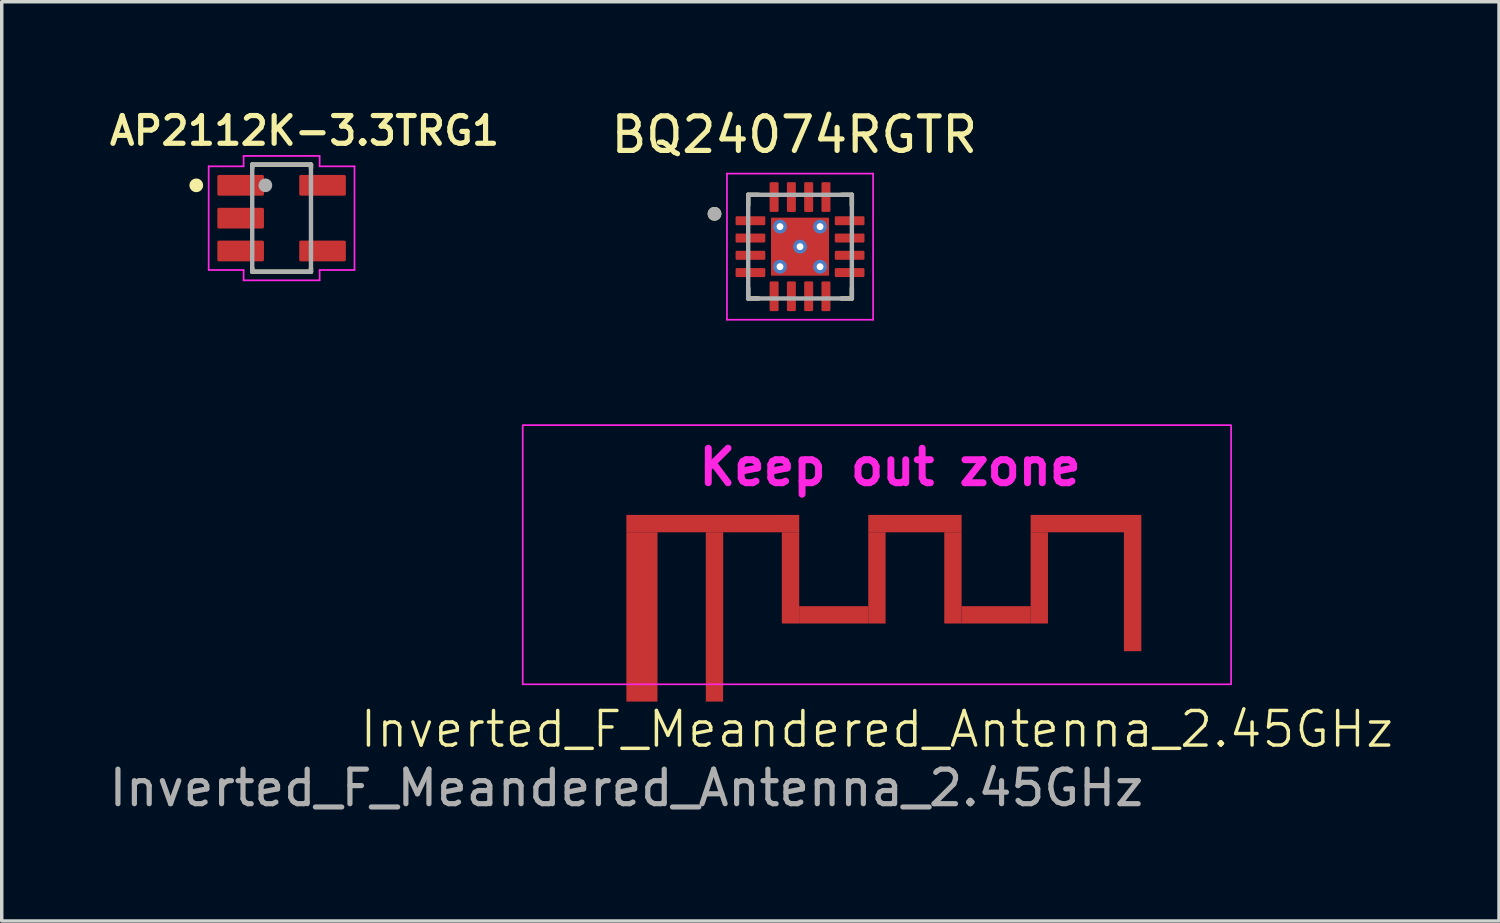
<source format=kicad_pcb>
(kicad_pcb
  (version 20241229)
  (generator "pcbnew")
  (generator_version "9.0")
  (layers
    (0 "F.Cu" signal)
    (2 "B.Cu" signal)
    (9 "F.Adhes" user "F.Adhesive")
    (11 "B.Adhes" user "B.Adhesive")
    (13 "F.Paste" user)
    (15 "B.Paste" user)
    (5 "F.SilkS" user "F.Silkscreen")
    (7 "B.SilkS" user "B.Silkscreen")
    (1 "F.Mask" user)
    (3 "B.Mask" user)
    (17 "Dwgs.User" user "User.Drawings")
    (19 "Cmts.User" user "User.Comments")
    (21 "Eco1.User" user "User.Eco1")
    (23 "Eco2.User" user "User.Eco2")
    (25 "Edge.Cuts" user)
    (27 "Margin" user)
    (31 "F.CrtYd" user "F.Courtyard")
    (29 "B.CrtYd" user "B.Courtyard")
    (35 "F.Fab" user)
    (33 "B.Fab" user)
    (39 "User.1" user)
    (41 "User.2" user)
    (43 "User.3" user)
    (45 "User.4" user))
  (footprint "Inverted_F_Meandered_Antenna_2.45GHz"
    (layer "F.Cu")
    (at 15.077 17.253)
    (property "Reference" "Inverted_F_Meandered_Antenna_2.45GHz" (at 7.25 0.8 0) (unlocked yes) (layer "F.SilkS") (effects (font (size 1 1) (thickness 0.1))))
    (attr smd)
    (fp_rect (start 0 -4.9) (end 5 -5.4) (stroke (width 0.002) (type solid)) (fill yes) (layer "F.Cu"))
    (fp_rect (start 0 -0.5) (end 0.9 -4.9) (stroke (width 0.002) (type solid)) (fill yes) (layer "F.Cu"))
    (fp_rect (start 2.3 -0.5) (end 2.8 -4.9) (stroke (width 0.002) (type solid)) (fill yes) (layer "F.Cu"))
    (fp_rect (start 4.5 -4.9) (end 5 -2.26) (stroke (width 0.002) (type solid)) (fill yes) (layer "F.Cu"))
    (fp_rect (start 5 -2.26) (end 7 -2.76) (stroke (width 0.002) (type solid)) (fill yes) (layer "F.Cu"))
    (fp_rect (start 7 -4.9) (end 9.7 -5.4) (stroke (width 0.002) (type solid)) (fill yes) (layer "F.Cu"))
    (fp_rect (start 7 -2.26) (end 7.5 -4.9) (stroke (width 0.002) (type solid)) (fill yes) (layer "F.Cu"))
    (fp_rect (start 9.7 -4.9) (end 9.2 -2.26) (stroke (width 0.002) (type solid)) (fill yes) (layer "F.Cu"))
    (fp_rect (start 9.7 -2.26) (end 11.7 -2.76) (stroke (width 0.002) (type solid)) (fill yes) (layer "F.Cu"))
    (fp_rect (start 11.7 -4.9) (end 14.4 -5.4) (stroke (width 0.002) (type solid)) (fill yes) (layer "F.Cu"))
    (fp_rect (start 11.7 -2.26) (end 12.2 -4.9) (stroke (width 0.002) (type solid)) (fill yes) (layer "F.Cu"))
    (fp_rect (start 14.4 -5.4) (end 14.9 -1.46) (stroke (width 0.002) (type solid)) (fill yes) (layer "F.Cu"))
    (fp_rect (start -3 -8) (end 17.5 -0.5) (stroke (width 0.05) (type default)) (fill no) (layer "F.CrtYd"))
    (fp_text user "Keep out zone" (at 2 -6.2 0) (unlocked yes) (layer "F.CrtYd") (effects (font (size 1 1) (thickness 0.2) (bold yes)) (justify left bottom)))
    (fp_text user "${REFERENCE}" (at 0 2.5 0) (unlocked yes) (layer "F.Fab") (effects (font (size 1 1) (thickness 0.15))))
    (pad "1" smd rect (at 2.55 -0.25) (size 0.5 0.5) (layers "F.Cu" "F.Mask" "F.Paste"))
    (pad "2" smd rect (at 0.45 -0.25) (size 0.9 0.5) (layers "F.Cu" "F.Mask" "F.Paste")))
  (footprint "BQ24074RGTR"
    (layer "F.Cu")
    (at 20.102 4.088)
    (property "Reference" "BQ24074RGTR" (at -0.165 -3.24 0) (layer "F.SilkS") (effects (font (size 1 1) (thickness 0.15))))
    (attr smd)
    (fp_line (start -1.5 -1.5) (end -1.5 -1.2) (stroke (width 0.127) (type solid)) (layer "F.SilkS"))
    (fp_line (start -1.5 -1.5) (end -1.2 -1.5) (stroke (width 0.127) (type solid)) (layer "F.SilkS"))
    (fp_line (start -1.5 1.5) (end -1.5 1.2) (stroke (width 0.127) (type solid)) (layer "F.SilkS"))
    (fp_line (start -1.5 1.5) (end -1.2 1.5) (stroke (width 0.127) (type solid)) (layer "F.SilkS"))
    (fp_line (start 1.5 -1.5) (end 1.2 -1.5) (stroke (width 0.127) (type solid)) (layer "F.SilkS"))
    (fp_line (start 1.5 -1.5) (end 1.5 -1.2) (stroke (width 0.127) (type solid)) (layer "F.SilkS"))
    (fp_line (start 1.5 1.5) (end 1.2 1.5) (stroke (width 0.127) (type solid)) (layer "F.SilkS"))
    (fp_line (start 1.5 1.5) (end 1.5 1.2) (stroke (width 0.127) (type solid)) (layer "F.SilkS"))
    (fp_circle (center -2.475 -0.95) (end -2.375 -0.95) (stroke (width 0.2) (type solid)) (fill no) (layer "F.SilkS"))
    (fp_poly (pts (xy -0.53 -0.53) (xy 0.53 -0.53) (xy 0.53 0.53) (xy -0.53 0.53)) (stroke (width 0.01) (type solid)) (fill yes) (layer "F.Paste"))
    (fp_line (start -2.115 -2.115) (end 2.115 -2.115) (stroke (width 0.05) (type solid)) (layer "F.CrtYd"))
    (fp_line (start -2.115 2.115) (end -2.115 -2.115) (stroke (width 0.05) (type solid)) (layer "F.CrtYd"))
    (fp_line (start -2.115 2.115) (end 2.115 2.115) (stroke (width 0.05) (type solid)) (layer "F.CrtYd"))
    (fp_line (start 2.115 2.115) (end 2.115 -2.115) (stroke (width 0.05) (type solid)) (layer "F.CrtYd"))
    (fp_line (start -1.5 1.5) (end -1.5 -1.5) (stroke (width 0.127) (type solid)) (layer "F.Fab"))
    (fp_line (start 1.5 -1.5) (end -1.5 -1.5) (stroke (width 0.127) (type solid)) (layer "F.Fab"))
    (fp_line (start 1.5 1.5) (end -1.5 1.5) (stroke (width 0.127) (type solid)) (layer "F.Fab"))
    (fp_line (start 1.5 1.5) (end 1.5 -1.5) (stroke (width 0.127) (type solid)) (layer "F.Fab"))
    (fp_circle (center -2.475 -0.95) (end -2.375 -0.95) (stroke (width 0.2) (type solid)) (fill no) (layer "F.Fab"))
    (pad "1" smd roundrect (at -1.435 -0.75) (size 0.86 0.26) (layers "F.Cu" "F.Mask" "F.Paste") (roundrect_rratio 0.125))
    (pad "2" smd roundrect (at -1.435 -0.25) (size 0.86 0.26) (layers "F.Cu" "F.Mask" "F.Paste") (roundrect_rratio 0.125))
    (pad "3" smd roundrect (at -1.435 0.25) (size 0.86 0.26) (layers "F.Cu" "F.Mask" "F.Paste") (roundrect_rratio 0.125))
    (pad "4" smd roundrect (at -1.435 0.75) (size 0.86 0.26) (layers "F.Cu" "F.Mask" "F.Paste") (roundrect_rratio 0.125))
    (pad "5" smd roundrect (at -0.75 1.435) (size 0.26 0.86) (layers "F.Cu" "F.Mask" "F.Paste") (roundrect_rratio 0.125))
    (pad "6" smd roundrect (at -0.25 1.435) (size 0.26 0.86) (layers "F.Cu" "F.Mask" "F.Paste") (roundrect_rratio 0.125))
    (pad "7" smd roundrect (at 0.25 1.435) (size 0.26 0.86) (layers "F.Cu" "F.Mask" "F.Paste") (roundrect_rratio 0.125))
    (pad "8" smd roundrect (at 0.75 1.435) (size 0.26 0.86) (layers "F.Cu" "F.Mask" "F.Paste") (roundrect_rratio 0.125))
    (pad "9" smd roundrect (at 1.435 0.75) (size 0.86 0.26) (layers "F.Cu" "F.Mask" "F.Paste") (roundrect_rratio 0.125))
    (pad "10" smd roundrect (at 1.435 0.25) (size 0.86 0.26) (layers "F.Cu" "F.Mask" "F.Paste") (roundrect_rratio 0.125))
    (pad "11" smd roundrect (at 1.435 -0.25) (size 0.86 0.26) (layers "F.Cu" "F.Mask" "F.Paste") (roundrect_rratio 0.125))
    (pad "12" smd roundrect (at 1.435 -0.75) (size 0.86 0.26) (layers "F.Cu" "F.Mask" "F.Paste") (roundrect_rratio 0.125))
    (pad "13" smd roundrect (at 0.75 -1.435) (size 0.26 0.86) (layers "F.Cu" "F.Mask" "F.Paste") (roundrect_rratio 0.125))
    (pad "14" smd roundrect (at 0.25 -1.435) (size 0.26 0.86) (layers "F.Cu" "F.Mask" "F.Paste") (roundrect_rratio 0.125))
    (pad "15" smd roundrect (at -0.25 -1.435) (size 0.26 0.86) (layers "F.Cu" "F.Mask" "F.Paste") (roundrect_rratio 0.125))
    (pad "16" smd roundrect (at -0.75 -1.435) (size 0.26 0.86) (layers "F.Cu" "F.Mask" "F.Paste") (roundrect_rratio 0.125))
    (pad "17" smd rect (at 0 0) (size 1.68 1.68) (layers "F.Cu" "F.Mask"))
    (pad "18" thru_hole circle (at 0 0) (size 0.4 0.4) (drill 0.2) (layers "*.Cu"))
    (pad "19" thru_hole circle (at -0.58 -0.58) (size 0.4 0.4) (drill 0.2) (layers "*.Cu"))
    (pad "20" thru_hole circle (at 0.58 -0.58) (size 0.4 0.4) (drill 0.2) (layers "*.Cu"))
    (pad "21" thru_hole circle (at -0.58 0.58) (size 0.4 0.4) (drill 0.2) (layers "*.Cu"))
    (pad "22" thru_hole circle (at 0.58 0.58) (size 0.4 0.4) (drill 0.2) (layers "*.Cu")))
  (footprint "AP2112K-3.3TRG1"
    (layer "F.Cu")
    (at 5.099 3.263)
    (property "Reference" "AP2112K-3.3TRG1" (at 0.664 -2.53 0) (layer "F.SilkS") (effects (font (size 0.803 0.803) (thickness 0.15))))
    (attr smd)
    (fp_line (start -0.85 -1.55) (end -0.85 -1.45) (stroke (width 0.127) (type solid)) (layer "F.SilkS"))
    (fp_line (start -0.85 1.55) (end -0.85 1.45) (stroke (width 0.127) (type solid)) (layer "F.SilkS"))
    (fp_line (start 0.85 -1.55) (end -0.85 -1.55) (stroke (width 0.127) (type solid)) (layer "F.SilkS"))
    (fp_line (start 0.85 -1.55) (end 0.85 -1.45) (stroke (width 0.127) (type solid)) (layer "F.SilkS"))
    (fp_line (start 0.85 1.55) (end -0.85 1.55) (stroke (width 0.127) (type solid)) (layer "F.SilkS"))
    (fp_line (start 0.85 1.55) (end 0.85 1.45) (stroke (width 0.127) (type solid)) (layer "F.SilkS"))
    (fp_circle (center -2.469 -0.95) (end -2.369 -0.95) (stroke (width 0.2) (type solid)) (fill no) (layer "F.SilkS"))
    (fp_line (start -2.11 -1.5) (end -2.11 1.5) (stroke (width 0.05) (type solid)) (layer "F.CrtYd"))
    (fp_line (start -2.11 1.5) (end -1.1 1.5) (stroke (width 0.05) (type solid)) (layer "F.CrtYd"))
    (fp_line (start -1.1 -1.8) (end -1.1 -1.5) (stroke (width 0.05) (type solid)) (layer "F.CrtYd"))
    (fp_line (start -1.1 -1.5) (end -2.11 -1.5) (stroke (width 0.05) (type solid)) (layer "F.CrtYd"))
    (fp_line (start -1.1 1.5) (end -1.1 1.8) (stroke (width 0.05) (type solid)) (layer "F.CrtYd"))
    (fp_line (start -1.1 1.8) (end 1.1 1.8) (stroke (width 0.05) (type solid)) (layer "F.CrtYd"))
    (fp_line (start 1.1 -1.8) (end -1.1 -1.8) (stroke (width 0.05) (type solid)) (layer "F.CrtYd"))
    (fp_line (start 1.1 -1.5) (end 1.1 -1.8) (stroke (width 0.05) (type solid)) (layer "F.CrtYd"))
    (fp_line (start 1.1 1.5) (end 2.11 1.5) (stroke (width 0.05) (type solid)) (layer "F.CrtYd"))
    (fp_line (start 1.1 1.8) (end 1.1 1.5) (stroke (width 0.05) (type solid)) (layer "F.CrtYd"))
    (fp_line (start 2.11 -1.5) (end 1.1 -1.5) (stroke (width 0.05) (type solid)) (layer "F.CrtYd"))
    (fp_line (start 2.11 1.5) (end 2.11 -1.5) (stroke (width 0.05) (type solid)) (layer "F.CrtYd"))
    (fp_line (start -0.85 -1.55) (end 0.85 -1.55) (stroke (width 0.127) (type solid)) (layer "F.Fab"))
    (fp_line (start -0.85 1.55) (end -0.85 -1.55) (stroke (width 0.127) (type solid)) (layer "F.Fab"))
    (fp_line (start 0.85 -1.55) (end 0.85 1.55) (stroke (width 0.127) (type solid)) (layer "F.Fab"))
    (fp_line (start 0.85 1.55) (end -0.85 1.55) (stroke (width 0.127) (type solid)) (layer "F.Fab"))
    (fp_circle (center -0.469 -0.95) (end -0.369 -0.95) (stroke (width 0.2) (type solid)) (fill no) (layer "F.Fab"))
    (pad "1" smd roundrect (at -1.185 -0.95) (size 1.35 0.6) (layers "F.Cu" "F.Mask" "F.Paste") (roundrect_rratio 0.075))
    (pad "2" smd roundrect (at -1.185 0) (size 1.35 0.6) (layers "F.Cu" "F.Mask" "F.Paste") (roundrect_rratio 0.075))
    (pad "3" smd roundrect (at -1.185 0.95) (size 1.35 0.6) (layers "F.Cu" "F.Mask" "F.Paste") (roundrect_rratio 0.075))
    (pad "4" smd roundrect (at 1.185 0.95) (size 1.35 0.6) (layers "F.Cu" "F.Mask" "F.Paste") (roundrect_rratio 0.075))
    (pad "5" smd roundrect (at 1.185 -0.95) (size 1.35 0.6) (layers "F.Cu" "F.Mask" "F.Paste") (roundrect_rratio 0.075)))
  (gr_rect
    (start -3 -3)
    (end 40.33 23.602)
    (stroke (width 0.1) (type default))
    (fill no)
    (layer "Edge.Cuts")))
</source>
